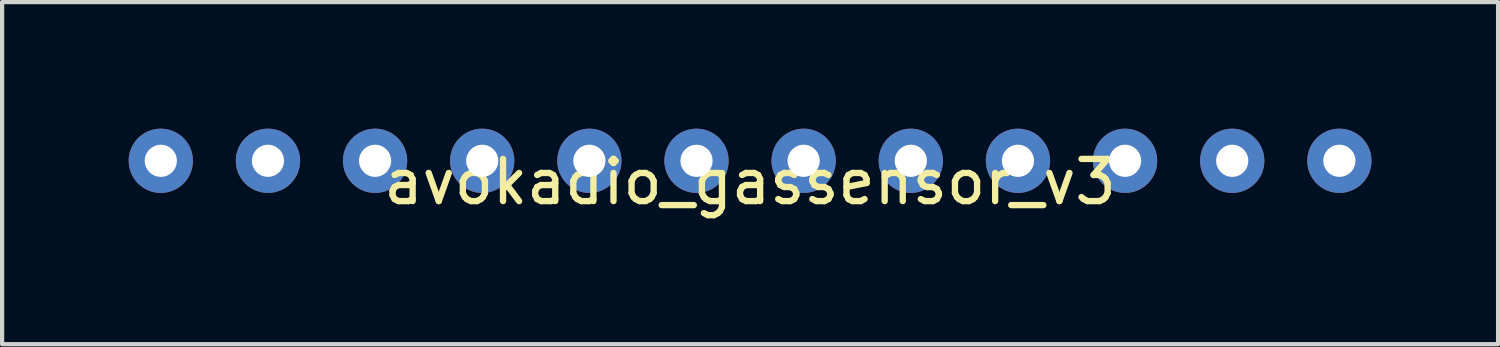
<source format=kicad_pcb>
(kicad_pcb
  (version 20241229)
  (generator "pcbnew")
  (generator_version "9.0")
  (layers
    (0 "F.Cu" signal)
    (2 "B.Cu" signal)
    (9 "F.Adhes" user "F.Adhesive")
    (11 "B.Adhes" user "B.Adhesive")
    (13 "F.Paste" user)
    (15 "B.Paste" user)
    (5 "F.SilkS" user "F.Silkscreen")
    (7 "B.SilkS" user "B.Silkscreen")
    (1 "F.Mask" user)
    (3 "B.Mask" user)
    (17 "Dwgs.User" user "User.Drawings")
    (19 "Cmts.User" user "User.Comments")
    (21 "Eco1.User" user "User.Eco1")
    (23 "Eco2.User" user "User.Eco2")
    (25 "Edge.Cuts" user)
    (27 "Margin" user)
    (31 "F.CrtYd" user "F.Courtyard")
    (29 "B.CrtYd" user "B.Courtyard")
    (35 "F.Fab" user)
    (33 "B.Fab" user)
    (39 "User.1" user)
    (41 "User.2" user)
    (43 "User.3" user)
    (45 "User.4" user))
  (footprint "avokadio_gassensor_v3"
    (layer "F.Cu")
    (at 14.732 0.762)
    (property "Reference" "avokadio_gassensor_v3" (at 0 0.5 0) (layer "F.SilkS") (effects (font (size 1 1) (thickness 0.15))))
    (attr through_hole)
    (pad "1" thru_hole circle (at -13.97 0) (size 1.524 1.524) (drill 0.762) (layers "*.Cu" "*.Mask"))
    (pad "2" thru_hole circle (at -11.43 0) (size 1.524 1.524) (drill 0.762) (layers "*.Cu" "*.Mask"))
    (pad "3" thru_hole circle (at -8.89 0) (size 1.524 1.524) (drill 0.762) (layers "*.Cu" "*.Mask"))
    (pad "4" thru_hole circle (at -6.35 0) (size 1.524 1.524) (drill 0.762) (layers "*.Cu" "*.Mask"))
    (pad "5" thru_hole circle (at -3.81 0) (size 1.524 1.524) (drill 0.762) (layers "*.Cu" "*.Mask"))
    (pad "6" thru_hole circle (at -1.27 0) (size 1.524 1.524) (drill 0.762) (layers "*.Cu" "*.Mask"))
    (pad "7" thru_hole circle (at 1.27 0) (size 1.524 1.524) (drill 0.762) (layers "*.Cu" "*.Mask"))
    (pad "8" thru_hole circle (at 3.81 0) (size 1.524 1.524) (drill 0.762) (layers "*.Cu" "*.Mask"))
    (pad "9" thru_hole circle (at 6.35 0) (size 1.524 1.524) (drill 0.762) (layers "*.Cu" "*.Mask"))
    (pad "10" thru_hole circle (at 8.89 0) (size 1.524 1.524) (drill 0.762) (layers "*.Cu" "*.Mask"))
    (pad "11" thru_hole circle (at 11.43 0) (size 1.524 1.524) (drill 0.762) (layers "*.Cu" "*.Mask"))
    (pad "12" thru_hole circle (at 13.97 0) (size 1.524 1.524) (drill 0.762) (layers "*.Cu" "*.Mask")))
  (gr_rect
    (start -3 -3)
    (end 32.464 5.11)
    (stroke (width 0.1) (type default))
    (fill no)
    (layer "Edge.Cuts")))
</source>
